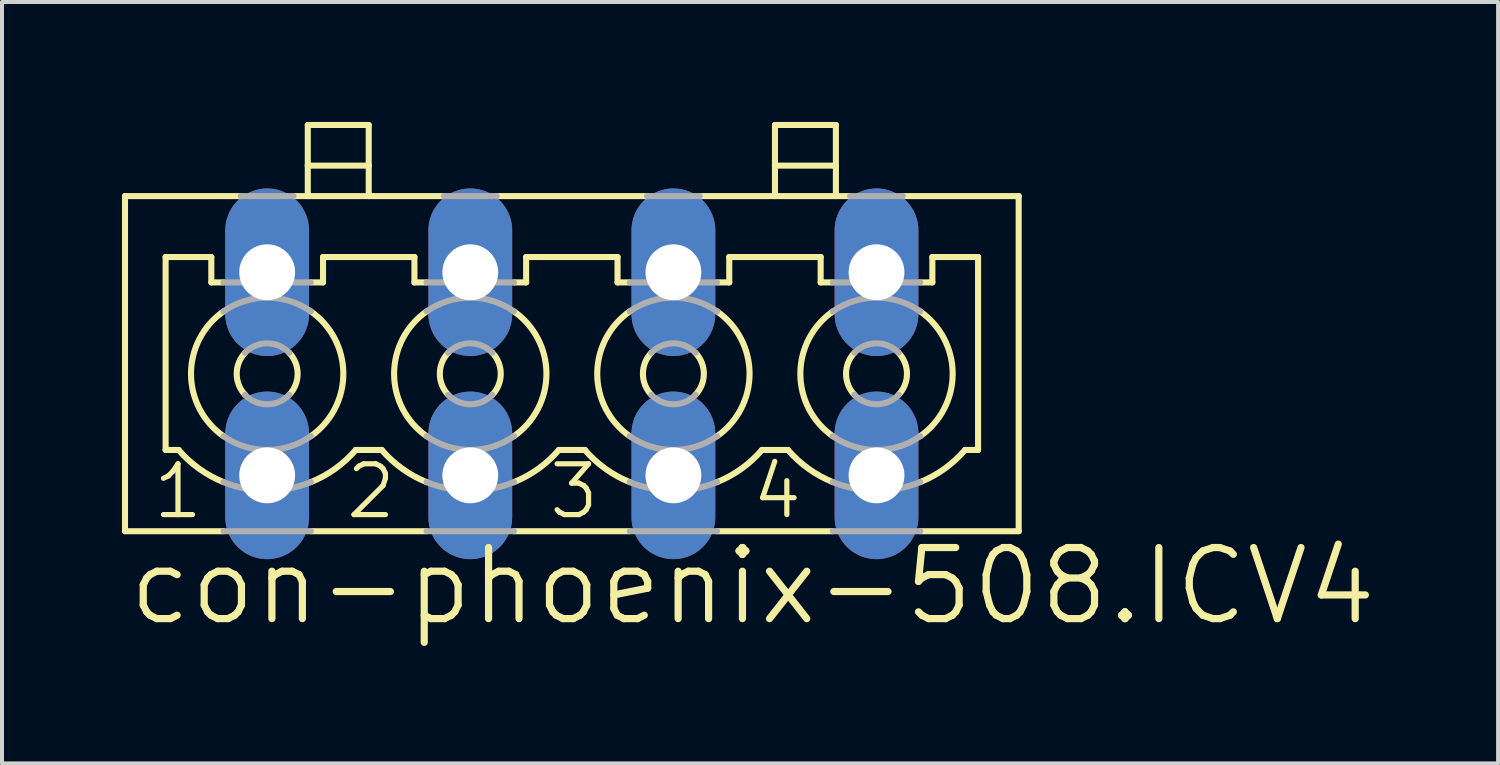
<source format=kicad_pcb>
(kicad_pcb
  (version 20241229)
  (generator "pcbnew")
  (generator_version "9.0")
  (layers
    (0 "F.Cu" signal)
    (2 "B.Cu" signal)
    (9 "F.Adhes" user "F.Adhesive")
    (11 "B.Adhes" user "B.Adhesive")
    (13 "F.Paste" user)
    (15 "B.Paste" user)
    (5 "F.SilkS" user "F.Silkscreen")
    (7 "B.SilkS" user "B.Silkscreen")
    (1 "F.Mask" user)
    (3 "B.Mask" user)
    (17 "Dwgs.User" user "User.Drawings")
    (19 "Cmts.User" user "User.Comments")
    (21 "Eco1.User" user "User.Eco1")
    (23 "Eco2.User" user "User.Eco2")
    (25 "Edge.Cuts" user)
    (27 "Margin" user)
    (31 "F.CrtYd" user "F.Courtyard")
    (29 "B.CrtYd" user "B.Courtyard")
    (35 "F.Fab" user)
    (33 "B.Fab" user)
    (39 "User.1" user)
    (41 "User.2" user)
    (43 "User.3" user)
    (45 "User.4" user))
  (footprint "con-phoenix-508.ICV4"
    (layer "F.Cu")
    (at 11.252 6.299)
    (property "Reference" "con-phoenix-508.ICV4" (at -11.176 6.35 0) (layer "F.SilkS") (effects (font (size 1.778 1.778) (thickness 0.18)) (justify left bottom)))
    (attr through_hole)
    (fp_line (start -11.176 -4.445) (end -11.176 3.937) (stroke (width 0.152) (type default)) (layer "F.SilkS"))
    (fp_line (start -11.176 -4.445) (end -8.28 -4.445) (stroke (width 0.152) (type default)) (layer "F.SilkS"))
    (fp_line (start -11.176 3.937) (end -8.712 3.937) (stroke (width 0.152) (type default)) (layer "F.SilkS"))
    (fp_line (start -10.16 -2.921) (end -10.16 1.905) (stroke (width 0.152) (type default)) (layer "F.SilkS"))
    (fp_line (start -10.16 -2.921) (end -9.017 -2.921) (stroke (width 0.152) (type default)) (layer "F.SilkS"))
    (fp_line (start -10.16 1.905) (end -9.834 1.905) (stroke (width 0.152) (type default)) (layer "F.SilkS"))
    (fp_line (start -9.017 -2.286) (end -9.017 -2.921) (stroke (width 0.152) (type default)) (layer "F.SilkS"))
    (fp_line (start -9.017 -2.286) (end -8.712 -2.286) (stroke (width 0.152) (type default)) (layer "F.SilkS"))
    (fp_line (start -6.96 -4.445) (end -6.604 -4.445) (stroke (width 0.152) (type default)) (layer "F.SilkS"))
    (fp_line (start -6.604 -5.207) (end -6.604 -6.223) (stroke (width 0.152) (type default)) (layer "F.SilkS"))
    (fp_line (start -6.604 -5.207) (end -5.08 -5.207) (stroke (width 0.152) (type default)) (layer "F.SilkS"))
    (fp_line (start -6.604 -4.445) (end -6.604 -5.207) (stroke (width 0.152) (type default)) (layer "F.SilkS"))
    (fp_line (start -6.604 -4.445) (end -5.08 -4.445) (stroke (width 0.152) (type default)) (layer "F.SilkS"))
    (fp_line (start -6.528 -2.286) (end -6.223 -2.286) (stroke (width 0.152) (type default)) (layer "F.SilkS"))
    (fp_line (start -6.528 3.937) (end -3.632 3.937) (stroke (width 0.152) (type default)) (layer "F.SilkS"))
    (fp_line (start -6.223 -2.921) (end -3.937 -2.921) (stroke (width 0.152) (type default)) (layer "F.SilkS"))
    (fp_line (start -6.223 -2.286) (end -6.223 -2.921) (stroke (width 0.152) (type default)) (layer "F.SilkS"))
    (fp_line (start -5.406 1.905) (end -4.754 1.905) (stroke (width 0.152) (type default)) (layer "F.SilkS"))
    (fp_line (start -5.08 -6.223) (end -6.604 -6.223) (stroke (width 0.152) (type default)) (layer "F.SilkS"))
    (fp_line (start -5.08 -5.207) (end -5.08 -6.223) (stroke (width 0.152) (type default)) (layer "F.SilkS"))
    (fp_line (start -5.08 -4.445) (end -5.08 -5.207) (stroke (width 0.152) (type default)) (layer "F.SilkS"))
    (fp_line (start -5.08 -4.445) (end -3.2 -4.445) (stroke (width 0.152) (type default)) (layer "F.SilkS"))
    (fp_line (start -3.937 -2.286) (end -3.937 -2.921) (stroke (width 0.152) (type default)) (layer "F.SilkS"))
    (fp_line (start -3.937 -2.286) (end -3.632 -2.286) (stroke (width 0.152) (type default)) (layer "F.SilkS"))
    (fp_line (start -1.88 -4.445) (end 1.905 -4.445) (stroke (width 0.152) (type default)) (layer "F.SilkS"))
    (fp_line (start -1.448 -2.286) (end -1.143 -2.286) (stroke (width 0.152) (type default)) (layer "F.SilkS"))
    (fp_line (start -1.448 3.937) (end 1.448 3.937) (stroke (width 0.152) (type default)) (layer "F.SilkS"))
    (fp_line (start -1.143 -2.921) (end 1.143 -2.921) (stroke (width 0.152) (type default)) (layer "F.SilkS"))
    (fp_line (start -1.143 -2.286) (end -1.143 -2.921) (stroke (width 0.152) (type default)) (layer "F.SilkS"))
    (fp_line (start -0.326 1.905) (end 0.326 1.905) (stroke (width 0.152) (type default)) (layer "F.SilkS"))
    (fp_line (start 1.143 -2.286) (end 1.143 -2.921) (stroke (width 0.152) (type default)) (layer "F.SilkS"))
    (fp_line (start 1.143 -2.286) (end 1.448 -2.286) (stroke (width 0.152) (type default)) (layer "F.SilkS"))
    (fp_line (start 3.2 -4.445) (end 5.08 -4.445) (stroke (width 0.152) (type default)) (layer "F.SilkS"))
    (fp_line (start 3.632 -2.286) (end 3.937 -2.286) (stroke (width 0.152) (type default)) (layer "F.SilkS"))
    (fp_line (start 3.632 3.937) (end 6.528 3.937) (stroke (width 0.152) (type default)) (layer "F.SilkS"))
    (fp_line (start 3.937 -2.921) (end 6.223 -2.921) (stroke (width 0.152) (type default)) (layer "F.SilkS"))
    (fp_line (start 3.937 -2.286) (end 3.937 -2.921) (stroke (width 0.152) (type default)) (layer "F.SilkS"))
    (fp_line (start 4.754 1.905) (end 5.406 1.905) (stroke (width 0.152) (type default)) (layer "F.SilkS"))
    (fp_line (start 5.08 -5.207) (end 5.08 -6.223) (stroke (width 0.152) (type default)) (layer "F.SilkS"))
    (fp_line (start 5.08 -5.207) (end 6.604 -5.207) (stroke (width 0.152) (type default)) (layer "F.SilkS"))
    (fp_line (start 5.08 -4.445) (end 5.08 -5.207) (stroke (width 0.152) (type default)) (layer "F.SilkS"))
    (fp_line (start 5.08 -4.445) (end 6.604 -4.445) (stroke (width 0.152) (type default)) (layer "F.SilkS"))
    (fp_line (start 6.223 -2.286) (end 6.223 -2.921) (stroke (width 0.152) (type default)) (layer "F.SilkS"))
    (fp_line (start 6.223 -2.286) (end 6.528 -2.286) (stroke (width 0.152) (type default)) (layer "F.SilkS"))
    (fp_line (start 6.604 -6.223) (end 5.08 -6.223) (stroke (width 0.152) (type default)) (layer "F.SilkS"))
    (fp_line (start 6.604 -5.207) (end 6.604 -6.223) (stroke (width 0.152) (type default)) (layer "F.SilkS"))
    (fp_line (start 6.604 -4.445) (end 6.604 -5.207) (stroke (width 0.152) (type default)) (layer "F.SilkS"))
    (fp_line (start 6.604 -4.445) (end 6.96 -4.445) (stroke (width 0.152) (type default)) (layer "F.SilkS"))
    (fp_line (start 8.28 -4.445) (end 11.176 -4.445) (stroke (width 0.152) (type default)) (layer "F.SilkS"))
    (fp_line (start 8.712 -2.286) (end 9.017 -2.286) (stroke (width 0.152) (type default)) (layer "F.SilkS"))
    (fp_line (start 8.712 3.937) (end 11.176 3.937) (stroke (width 0.152) (type default)) (layer "F.SilkS"))
    (fp_line (start 9.017 -2.921) (end 10.16 -2.921) (stroke (width 0.152) (type default)) (layer "F.SilkS"))
    (fp_line (start 9.017 -2.286) (end 9.017 -2.921) (stroke (width 0.152) (type default)) (layer "F.SilkS"))
    (fp_line (start 9.834 1.905) (end 10.16 1.905) (stroke (width 0.152) (type default)) (layer "F.SilkS"))
    (fp_line (start 10.16 1.905) (end 10.16 -2.921) (stroke (width 0.152) (type default)) (layer "F.SilkS"))
    (fp_line (start 11.176 -4.445) (end 11.176 3.937) (stroke (width 0.152) (type default)) (layer "F.SilkS"))
    (fp_arc (start -8.7122 1.5608) (mid -9.524993 0) (end -8.7122 -1.5608) (stroke (width 0.1524) (type default)) (layer "F.SilkS"))
    (fp_arc (start -8.7118 2.7092) (mid -9.321094 2.374351) (end -9.834 1.905) (stroke (width 0.1524) (type default)) (layer "F.SilkS"))
    (fp_arc (start -8.1714 0.526) (mid -8.382049 0) (end -8.1714 -0.526) (stroke (width 0.1524) (type default)) (layer "F.SilkS"))
    (fp_arc (start -7.0686 -0.526) (mid -6.857951 0) (end -7.0686 0.526) (stroke (width 0.1524) (type default)) (layer "F.SilkS"))
    (fp_arc (start -6.5278 -1.5608) (mid -5.715007 0) (end -6.5278 1.5608) (stroke (width 0.1524) (type default)) (layer "F.SilkS"))
    (fp_arc (start -5.4055 1.9051) (mid -5.918459 2.374412) (end -6.5278 2.7092) (stroke (width 0.1524) (type default)) (layer "F.SilkS"))
    (fp_arc (start -3.6322 1.5608) (mid -4.444993 0) (end -3.6322 -1.5608) (stroke (width 0.1524) (type default)) (layer "F.SilkS"))
    (fp_arc (start -3.6318 2.7092) (mid -4.241094 2.374351) (end -4.754 1.905) (stroke (width 0.1524) (type default)) (layer "F.SilkS"))
    (fp_arc (start -3.0914 0.526) (mid -3.302049 0) (end -3.0914 -0.526) (stroke (width 0.1524) (type default)) (layer "F.SilkS"))
    (fp_arc (start -1.9886 -0.526) (mid -1.777951 0) (end -1.9886 0.526) (stroke (width 0.1524) (type default)) (layer "F.SilkS"))
    (fp_arc (start -1.4478 -1.5608) (mid -0.635007 0) (end -1.4478 1.5608) (stroke (width 0.1524) (type default)) (layer "F.SilkS"))
    (fp_arc (start -0.3255 1.9051) (mid -0.838459 2.374412) (end -1.4478 2.7092) (stroke (width 0.1524) (type default)) (layer "F.SilkS"))
    (fp_arc (start 1.4478 1.5608) (mid 0.635007 0) (end 1.4478 -1.5608) (stroke (width 0.1524) (type default)) (layer "F.SilkS"))
    (fp_arc (start 1.4482 2.709) (mid 0.838916 2.374254) (end 0.326 1.905) (stroke (width 0.1524) (type default)) (layer "F.SilkS"))
    (fp_arc (start 1.9886 0.526) (mid 1.777951 0) (end 1.9886 -0.526) (stroke (width 0.1524) (type default)) (layer "F.SilkS"))
    (fp_arc (start 3.0914 -0.526) (mid 3.302049 0) (end 3.0914 0.526) (stroke (width 0.1524) (type default)) (layer "F.SilkS"))
    (fp_arc (start 3.6322 -1.5608) (mid 4.444993 0) (end 3.6322 1.5608) (stroke (width 0.1524) (type default)) (layer "F.SilkS"))
    (fp_arc (start 4.754 1.905) (mid 4.241094 2.374351) (end 3.6318 2.7092) (stroke (width 0.1524) (type default)) (layer "F.SilkS"))
    (fp_arc (start 6.5278 1.5608) (mid 5.715007 0) (end 6.5278 -1.5608) (stroke (width 0.1524) (type default)) (layer "F.SilkS"))
    (fp_arc (start 6.5282 2.709) (mid 5.918916 2.374254) (end 5.406 1.905) (stroke (width 0.1524) (type default)) (layer "F.SilkS"))
    (fp_arc (start 7.0686 0.526) (mid 6.857951 0) (end 7.0686 -0.526) (stroke (width 0.1524) (type default)) (layer "F.SilkS"))
    (fp_arc (start 8.1714 -0.526) (mid 8.382049 0) (end 8.1714 0.526) (stroke (width 0.1524) (type default)) (layer "F.SilkS"))
    (fp_arc (start 8.7122 -1.5608) (mid 9.524993 0) (end 8.7122 1.5608) (stroke (width 0.1524) (type default)) (layer "F.SilkS"))
    (fp_arc (start 9.834 1.905) (mid 9.321094 2.374351) (end 8.7118 2.7092) (stroke (width 0.1524) (type default)) (layer "F.SilkS"))
    (fp_line (start -8.712 -2.286) (end -6.528 -2.286) (stroke (width 0.152) (type default)) (layer "F.Fab"))
    (fp_line (start -8.712 3.937) (end -6.528 3.937) (stroke (width 0.152) (type default)) (layer "F.Fab"))
    (fp_line (start -8.28 -4.445) (end -6.96 -4.445) (stroke (width 0.152) (type default)) (layer "F.Fab"))
    (fp_line (start -3.632 -2.286) (end -1.448 -2.286) (stroke (width 0.152) (type default)) (layer "F.Fab"))
    (fp_line (start -3.632 3.937) (end -1.448 3.937) (stroke (width 0.152) (type default)) (layer "F.Fab"))
    (fp_line (start -3.2 -4.445) (end -1.88 -4.445) (stroke (width 0.152) (type default)) (layer "F.Fab"))
    (fp_line (start 1.448 -2.286) (end 3.632 -2.286) (stroke (width 0.152) (type default)) (layer "F.Fab"))
    (fp_line (start 1.448 3.937) (end 3.632 3.937) (stroke (width 0.152) (type default)) (layer "F.Fab"))
    (fp_line (start 1.88 -4.445) (end 3.2 -4.445) (stroke (width 0.152) (type default)) (layer "F.Fab"))
    (fp_line (start 6.528 -2.286) (end 8.712 -2.286) (stroke (width 0.152) (type default)) (layer "F.Fab"))
    (fp_line (start 6.528 3.937) (end 8.712 3.937) (stroke (width 0.152) (type default)) (layer "F.Fab"))
    (fp_line (start 6.96 -4.445) (end 8.28 -4.445) (stroke (width 0.152) (type default)) (layer "F.Fab"))
    (fp_arc (start -8.7122 -1.5608) (mid -7.62 -1.904993) (end -6.5278 -1.5608) (stroke (width 0.1524) (type default)) (layer "F.Fab"))
    (fp_arc (start -8.1714 -0.526) (mid -7.62 -0.762049) (end -7.0686 -0.526) (stroke (width 0.1524) (type default)) (layer "F.Fab"))
    (fp_arc (start -7.0686 0.526) (mid -7.62 0.762049) (end -8.1714 0.526) (stroke (width 0.1524) (type default)) (layer "F.Fab"))
    (fp_arc (start -6.5278 1.5608) (mid -7.62 1.904993) (end -8.7122 1.5608) (stroke (width 0.1524) (type default)) (layer "F.Fab"))
    (fp_arc (start -6.5278 2.7092) (mid -7.62 2.921073) (end -8.7122 2.7092) (stroke (width 0.1524) (type default)) (layer "F.Fab"))
    (fp_arc (start -3.6322 -1.5608) (mid -2.54 -1.904993) (end -1.4478 -1.5608) (stroke (width 0.1524) (type default)) (layer "F.Fab"))
    (fp_arc (start -3.0914 -0.526) (mid -2.54 -0.762049) (end -1.9886 -0.526) (stroke (width 0.1524) (type default)) (layer "F.Fab"))
    (fp_arc (start -1.9886 0.526) (mid -2.54 0.762049) (end -3.0914 0.526) (stroke (width 0.1524) (type default)) (layer "F.Fab"))
    (fp_arc (start -1.4478 1.5608) (mid -2.54 1.904993) (end -3.6322 1.5608) (stroke (width 0.1524) (type default)) (layer "F.Fab"))
    (fp_arc (start -1.4478 2.7092) (mid -2.54 2.921073) (end -3.6322 2.7092) (stroke (width 0.1524) (type default)) (layer "F.Fab"))
    (fp_arc (start 1.4478 -1.5608) (mid 2.54 -1.904993) (end 3.6322 -1.5608) (stroke (width 0.1524) (type default)) (layer "F.Fab"))
    (fp_arc (start 1.9886 -0.526) (mid 2.54 -0.762049) (end 3.0914 -0.526) (stroke (width 0.1524) (type default)) (layer "F.Fab"))
    (fp_arc (start 3.0914 0.526) (mid 2.54 0.762049) (end 1.9886 0.526) (stroke (width 0.1524) (type default)) (layer "F.Fab"))
    (fp_arc (start 3.6322 1.5608) (mid 2.54 1.904993) (end 1.4478 1.5608) (stroke (width 0.1524) (type default)) (layer "F.Fab"))
    (fp_arc (start 3.6322 2.7092) (mid 2.54 2.921073) (end 1.4478 2.7092) (stroke (width 0.1524) (type default)) (layer "F.Fab"))
    (fp_arc (start 6.5278 -1.5608) (mid 7.62 -1.904993) (end 8.7122 -1.5608) (stroke (width 0.1524) (type default)) (layer "F.Fab"))
    (fp_arc (start 7.0686 -0.526) (mid 7.62 -0.762049) (end 8.1714 -0.526) (stroke (width 0.1524) (type default)) (layer "F.Fab"))
    (fp_arc (start 8.1714 0.526) (mid 7.62 0.762049) (end 7.0686 0.526) (stroke (width 0.1524) (type default)) (layer "F.Fab"))
    (fp_arc (start 8.7122 1.5608) (mid 7.62 1.904993) (end 6.5278 1.5608) (stroke (width 0.1524) (type default)) (layer "F.Fab"))
    (fp_arc (start 8.7122 2.7092) (mid 7.62 2.921073) (end 6.5278 2.7092) (stroke (width 0.1524) (type default)) (layer "F.Fab"))
    (fp_text user "1" (at -10.541 3.683 0) (layer "F.SilkS") (effects (font (size 1.27 1.27) (thickness 0.13)) (justify left bottom)))
    (fp_text user "3" (at -0.635 3.683 0) (layer "F.SilkS") (effects (font (size 1.27 1.27) (thickness 0.13)) (justify left bottom)))
    (fp_text user "2" (at -5.715 3.683 0) (layer "F.SilkS") (effects (font (size 1.27 1.27) (thickness 0.13)) (justify left bottom)))
    (fp_text user "4" (at 4.445 3.683 0) (layer "F.SilkS") (effects (font (size 1.27 1.27) (thickness 0.13)) (justify left bottom)))
    (pad "1" thru_hole oval (at -7.62 -2.54 90) (size 4.191 2.095) (drill 1.397) (layers "*.Cu" "*.Mask"))
    (pad "1A" thru_hole oval (at -7.62 2.54 90) (size 4.191 2.095) (drill 1.397) (layers "*.Cu" "*.Mask"))
    (pad "2" thru_hole oval (at -2.54 -2.54 90) (size 4.191 2.095) (drill 1.397) (layers "*.Cu" "*.Mask"))
    (pad "2A" thru_hole oval (at -2.54 2.54 90) (size 4.191 2.095) (drill 1.397) (layers "*.Cu" "*.Mask"))
    (pad "3" thru_hole oval (at 2.54 -2.54 90) (size 4.191 2.095) (drill 1.397) (layers "*.Cu" "*.Mask"))
    (pad "3A" thru_hole oval (at 2.54 2.54 90) (size 4.191 2.095) (drill 1.397) (layers "*.Cu" "*.Mask"))
    (pad "4" thru_hole oval (at 7.62 -2.54 90) (size 4.191 2.095) (drill 1.397) (layers "*.Cu" "*.Mask"))
    (pad "4A" thru_hole oval (at 7.62 2.54 90) (size 4.191 2.095) (drill 1.397) (layers "*.Cu" "*.Mask")))
  (gr_rect
    (start -3 -3)
    (end 34.418 16.043)
    (stroke (width 0.1) (type default))
    (fill no)
    (layer "Edge.Cuts")))
</source>
